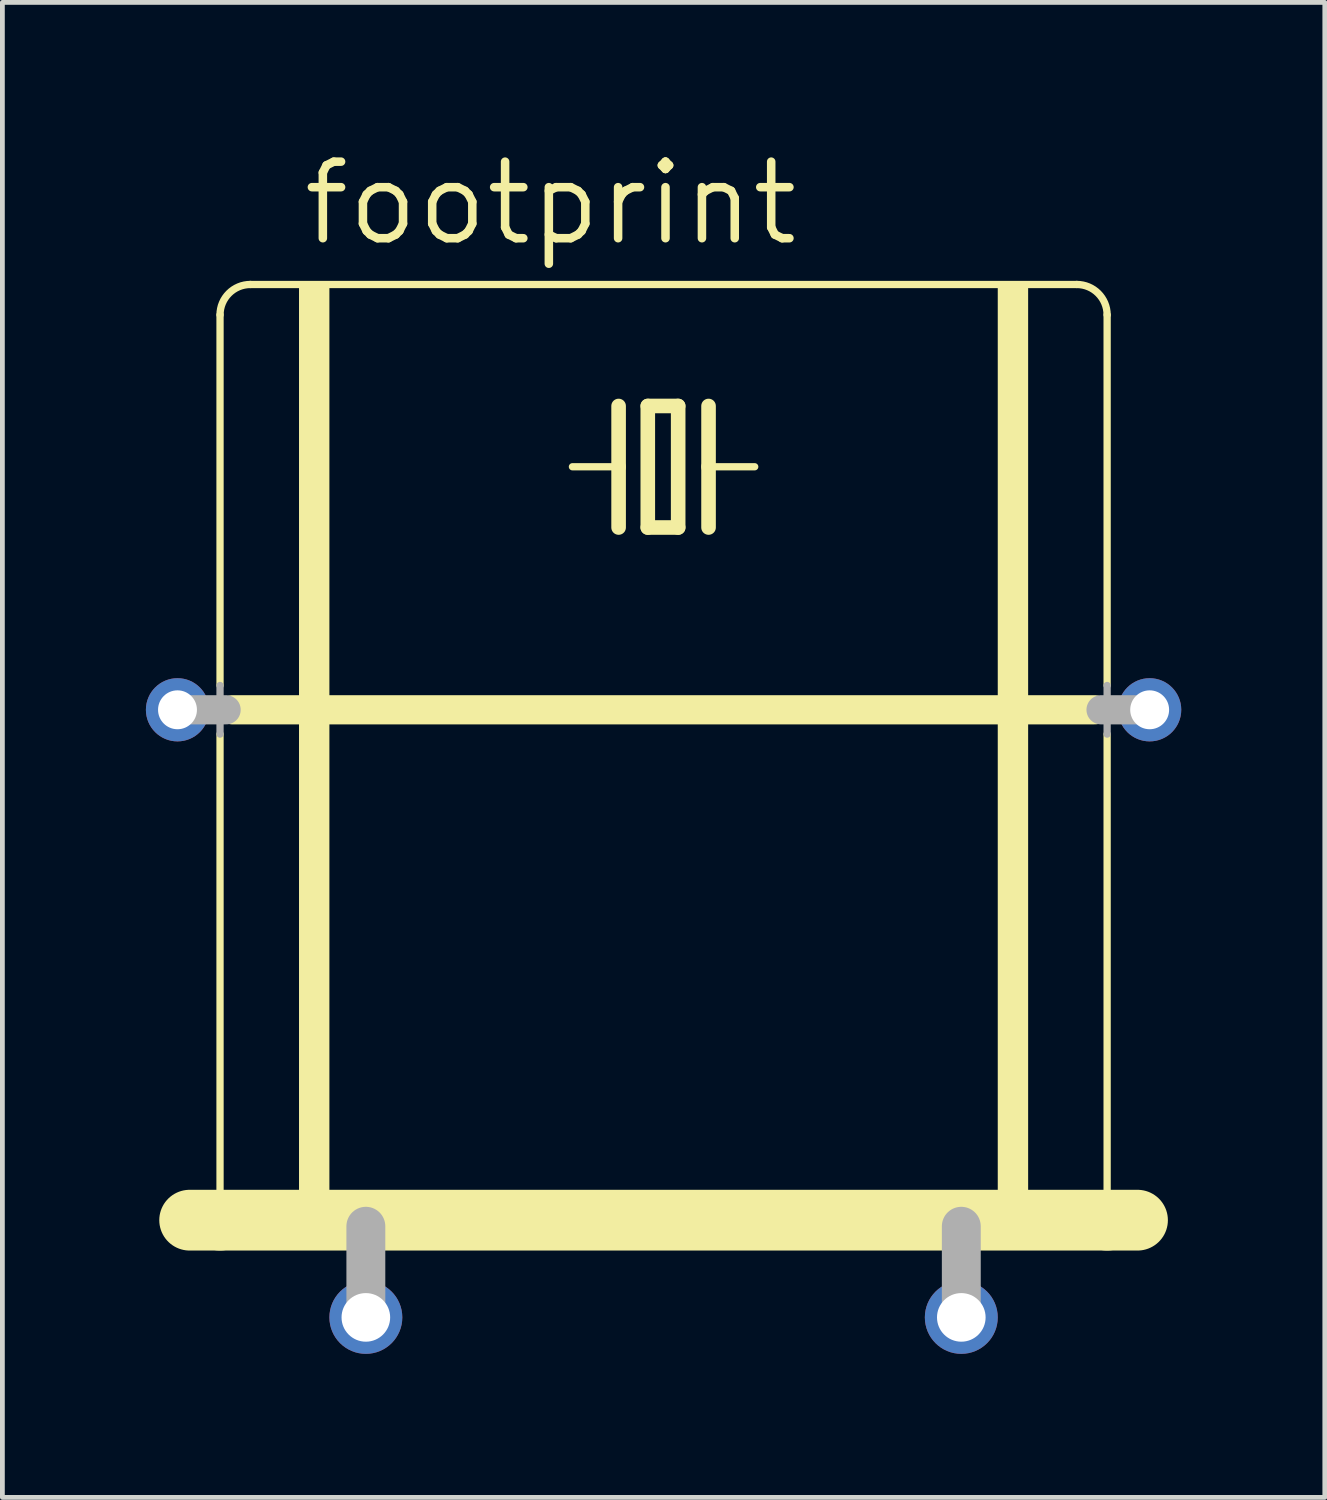
<source format=kicad_pcb>
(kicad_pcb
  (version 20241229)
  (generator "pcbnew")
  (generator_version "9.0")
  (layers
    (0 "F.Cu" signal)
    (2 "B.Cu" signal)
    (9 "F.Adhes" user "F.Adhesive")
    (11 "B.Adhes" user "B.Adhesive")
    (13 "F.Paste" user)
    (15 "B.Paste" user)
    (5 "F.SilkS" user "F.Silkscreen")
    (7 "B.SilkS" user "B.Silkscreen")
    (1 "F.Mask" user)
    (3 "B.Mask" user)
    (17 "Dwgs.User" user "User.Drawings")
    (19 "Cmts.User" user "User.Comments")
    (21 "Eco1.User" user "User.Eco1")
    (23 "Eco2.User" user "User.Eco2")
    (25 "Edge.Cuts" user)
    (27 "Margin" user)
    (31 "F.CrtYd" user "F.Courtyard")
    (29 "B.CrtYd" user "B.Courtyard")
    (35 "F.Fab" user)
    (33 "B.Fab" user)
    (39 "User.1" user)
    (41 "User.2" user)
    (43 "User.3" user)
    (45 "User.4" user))
  (footprint "footprint"
    (layer "F.Cu")
    (at 10.82 19.406)
    (property "Reference" "footprint" (at -7.62 -17.272 0) (layer "F.SilkS") (effects (font (size 1.6 1.6) (thickness 0.178)) (justify left bottom)))
    (fp_line (start -9.906 3.048) (end -9.271 3.048) (stroke (width 1.27) (type solid)) (layer "F.SilkS"))
    (fp_line (start -9.271 -8.128) (end -9.271 -15.875) (stroke (width 0.152) (type solid)) (layer "F.SilkS"))
    (fp_line (start -9.271 -7.112) (end -9.271 3.048) (stroke (width 0.152) (type solid)) (layer "F.SilkS"))
    (fp_line (start -9.271 3.048) (end 9.271 3.048) (stroke (width 1.27) (type solid)) (layer "F.SilkS"))
    (fp_line (start -9.017 -7.62) (end 9.017 -7.62) (stroke (width 0.61) (type solid)) (layer "F.SilkS"))
    (fp_line (start -0.94 -13.97) (end -0.94 -12.7) (stroke (width 0.305) (type solid)) (layer "F.SilkS"))
    (fp_line (start -0.94 -12.7) (end -1.905 -12.7) (stroke (width 0.152) (type solid)) (layer "F.SilkS"))
    (fp_line (start -0.94 -12.7) (end -0.94 -11.43) (stroke (width 0.305) (type solid)) (layer "F.SilkS"))
    (fp_line (start -0.33 -13.97) (end -0.33 -11.43) (stroke (width 0.305) (type solid)) (layer "F.SilkS"))
    (fp_line (start -0.33 -11.43) (end 0.305 -11.43) (stroke (width 0.305) (type solid)) (layer "F.SilkS"))
    (fp_line (start 0.305 -13.97) (end -0.33 -13.97) (stroke (width 0.305) (type solid)) (layer "F.SilkS"))
    (fp_line (start 0.305 -11.43) (end 0.305 -13.97) (stroke (width 0.305) (type solid)) (layer "F.SilkS"))
    (fp_line (start 0.94 -13.97) (end 0.94 -12.7) (stroke (width 0.305) (type solid)) (layer "F.SilkS"))
    (fp_line (start 0.94 -12.7) (end 0.94 -11.43) (stroke (width 0.305) (type solid)) (layer "F.SilkS"))
    (fp_line (start 0.94 -12.7) (end 1.905 -12.7) (stroke (width 0.152) (type solid)) (layer "F.SilkS"))
    (fp_line (start 8.636 -16.51) (end -8.636 -16.51) (stroke (width 0.152) (type solid)) (layer "F.SilkS"))
    (fp_line (start 9.271 -8.128) (end 9.271 -15.875) (stroke (width 0.152) (type solid)) (layer "F.SilkS"))
    (fp_line (start 9.271 -7.112) (end 9.271 3.048) (stroke (width 0.152) (type solid)) (layer "F.SilkS"))
    (fp_line (start 9.271 3.048) (end 9.906 3.048) (stroke (width 1.27) (type solid)) (layer "F.SilkS"))
    (fp_arc (start -9.271 -15.875) (mid -9.085013 -16.324013) (end -8.636 -16.51) (stroke (width 0.1524) (type solid)) (layer "F.SilkS"))
    (fp_arc (start 8.636 -16.51) (mid 9.085013 -16.324013) (end 9.271 -15.875) (stroke (width 0.1524) (type solid)) (layer "F.SilkS"))
    (fp_poly (pts (xy -7.62 3.175) (xy -6.985 3.175) (xy -6.985 -16.51) (xy -7.62 -16.51)) (stroke (width 0) (type solid)) (fill yes) (layer "F.SilkS"))
    (fp_poly (pts (xy 6.985 3.175) (xy 7.62 3.175) (xy 7.62 -16.51) (xy 6.985 -16.51)) (stroke (width 0) (type solid)) (fill yes) (layer "F.SilkS"))
    (fp_line (start -10.16 -7.62) (end -9.144 -7.62) (stroke (width 0.61) (type solid)) (layer "F.Fab"))
    (fp_line (start -9.271 -8.128) (end -9.271 -7.112) (stroke (width 0.152) (type solid)) (layer "F.Fab"))
    (fp_line (start -6.223 3.175) (end -6.223 5.08) (stroke (width 0.813) (type solid)) (layer "F.Fab"))
    (fp_line (start 6.223 3.175) (end 6.223 5.08) (stroke (width 0.813) (type solid)) (layer "F.Fab"))
    (fp_line (start 9.144 -7.62) (end 10.16 -7.62) (stroke (width 0.61) (type solid)) (layer "F.Fab"))
    (fp_line (start 9.271 -8.128) (end 9.271 -7.112) (stroke (width 0.152) (type solid)) (layer "F.Fab"))
    (pad "1" thru_hole circle (at -6.223 5.08) (size 1.524 1.524) (drill 1.016) (layers "*.Cu" "*.Mask"))
    (pad "2" thru_hole circle (at 6.223 5.08) (size 1.524 1.524) (drill 1.016) (layers "*.Cu" "*.Mask"))
    (pad "M" thru_hole circle (at -10.16 -7.62) (size 1.321 1.321) (drill 0.813) (layers "*.Cu" "*.Mask"))
    (pad "M1" thru_hole circle (at 10.16 -7.62) (size 1.321 1.321) (drill 0.813) (layers "*.Cu" "*.Mask"))
    (zone (net_name "") (layers "F.Cu" "B.Cu") (hatch edge 0.508) (connect_pads) (min_thickness 0.254) (filled_areas_thickness no) (keepout (tracks allowed) (vias not_allowed) (pads allowed) (copperpour allowed) (footprints allowed)) (placement (enabled no)) (fill) (polygon (pts (xy 0.025 25.121) (xy 21.615 25.121) (xy 21.615 2.261) (xy 0.025 2.261)))))
  (gr_rect
    (start -3 -3)
    (end 24.641 28.248)
    (stroke (width 0.1) (type default))
    (fill no)
    (layer "Edge.Cuts")))
</source>
